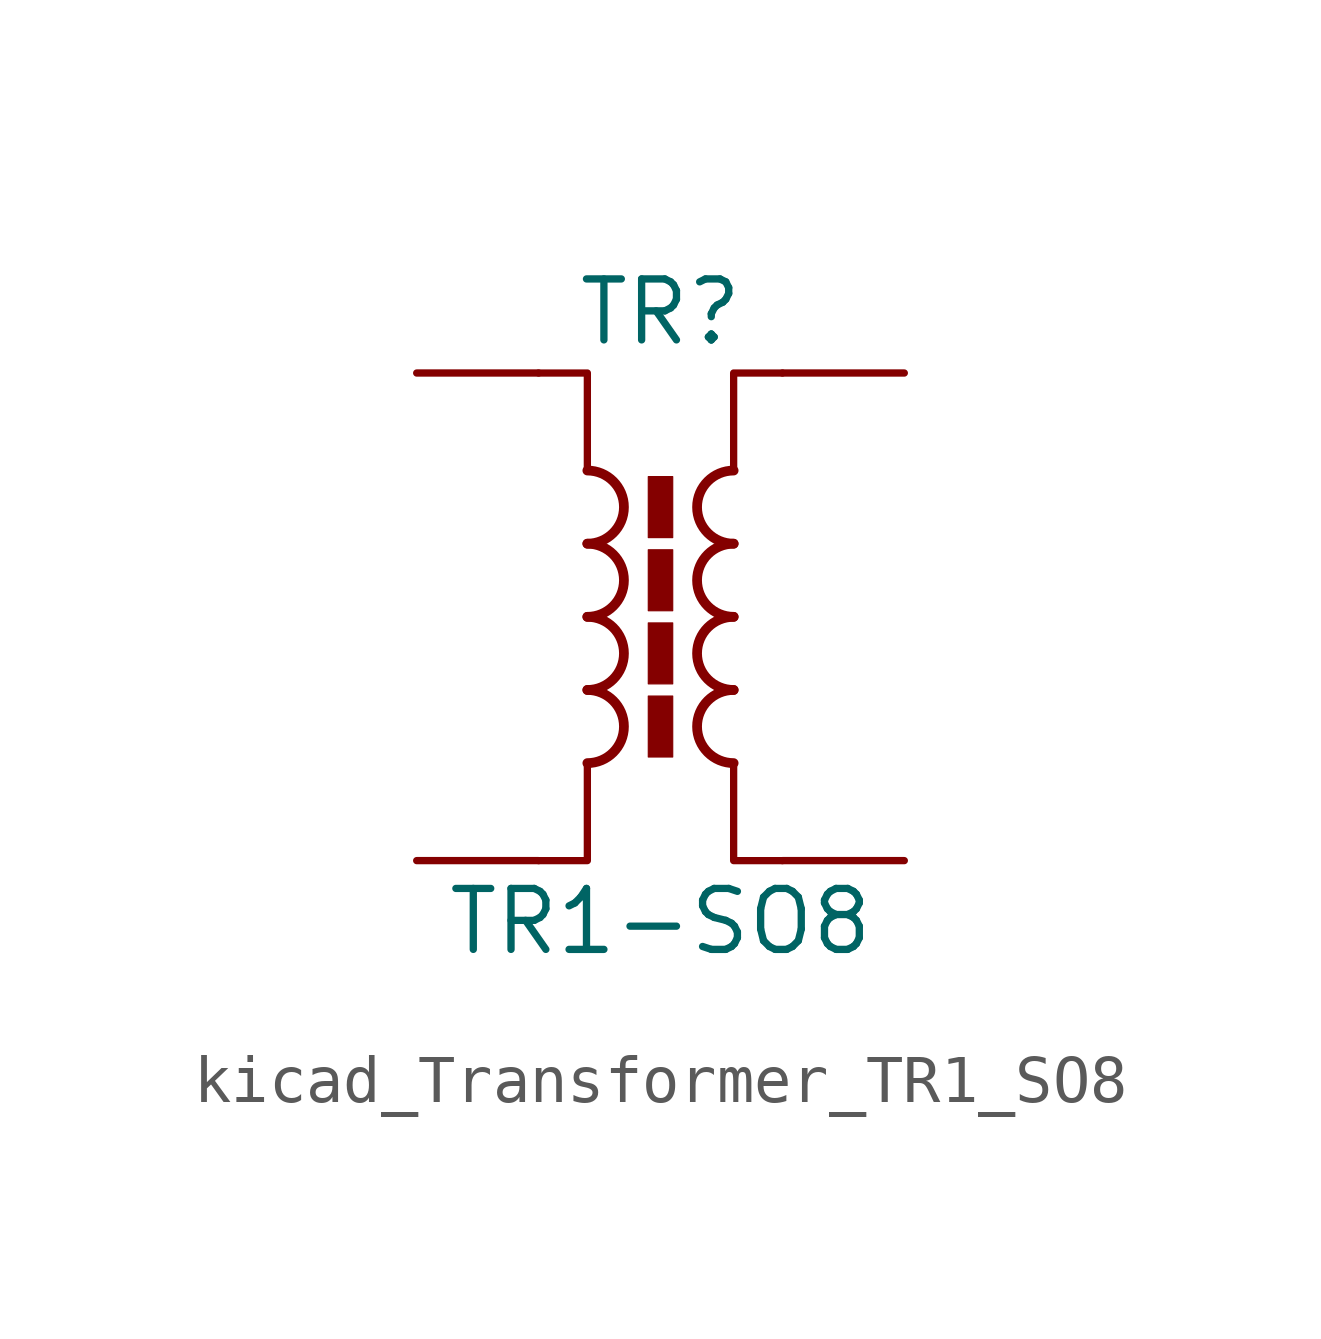
<source format=kicad_sym>
(kicad_symbol_lib
  (version 20220914)
  (generator kicad_symbol_editor)
  (symbol "kicad_Transformer_TR1_SO8"
    (pin_numbers hide)
    (pin_names
      (offset 0))
    (property "Reference" "TR"
      (at 0 6.35 0)
      (effects (font (size 1.27 1.27))))
    (property "Value" "TR1-SO8"
      (at 0 -6.35 0)
      (effects (font (size 1.27 1.27))))
    (symbol "kicad_Transformer_TR1_SO8_0_1"
      (arc (start -1.524 -3.048) (mid -0.7653 -2.286) (end -1.524 -1.524) (stroke (width 0.2032) (type default)) (fill (type none)))
      (arc (start -1.524 -1.524) (mid -0.7653 -0.762) (end -1.524 0) (stroke (width 0.2032) (type default)) (fill (type none)))
      (arc (start -1.524 0) (mid -0.7653 0.762) (end -1.524 1.524) (stroke (width 0.2032) (type default)) (fill (type none)))
      (arc (start -1.524 1.524) (mid -0.7653 2.286) (end -1.524 3.048) (stroke (width 0.2032) (type default)) (fill (type none)))
      (rectangle (start -0.254 -1.651) (end 0.254 -2.921) (stroke (width 0.025) (type default)) (fill (type outline)))
      (rectangle (start -0.254 -0.127) (end 0.254 -1.397) (stroke (width 0.025) (type default)) (fill (type outline)))
      (rectangle (start -0.254 1.397) (end 0.254 0.127) (stroke (width 0.025) (type default)) (fill (type outline)))
      (rectangle (start -0.254 2.921) (end 0.254 1.651) (stroke (width 0.025) (type default)) (fill (type outline)))
      (polyline (pts (xy -2.54 5.08) (xy -1.524 5.08) (xy -1.524 3.048) (xy -1.524 3.048)) (stroke (width 0.152) (type default)) (fill (type none)))
      (polyline (pts (xy -1.524 -3.048) (xy -1.524 -5.08) (xy -2.54 -5.08) (xy -2.54 -5.08)) (stroke (width 0.152) (type default)) (fill (type none)))
      (polyline (pts (xy 1.524 3.048) (xy 1.524 5.08) (xy 2.54 5.08) (xy 2.54 5.08)) (stroke (width 0.152) (type default)) (fill (type none)))
      (polyline (pts (xy 2.54 -5.08) (xy 1.524 -5.08) (xy 1.524 -3.048) (xy 1.524 -3.048)) (stroke (width 0.152) (type default)) (fill (type none)))
      (arc (start 1.524 -1.524) (mid 0.7653 -2.286) (end 1.524 -3.048) (stroke (width 0.2032) (type default)) (fill (type none)))
      (arc (start 1.524 0) (mid 0.7653 -0.762) (end 1.524 -1.524) (stroke (width 0.2032) (type default)) (fill (type none)))
      (arc (start 1.524 1.524) (mid 0.7653 0.762) (end 1.524 0) (stroke (width 0.2032) (type default)) (fill (type none)))
      (arc (start 1.524 3.048) (mid 0.7653 2.286) (end 1.524 1.524) (stroke (width 0.2032) (type default)) (fill (type none))))
    (symbol "kicad_Transformer_TR1_SO8_1_1"
      (pin passive line (at -5.08 5.08 0) (length 2.54) (name "~" (effects (font (size 1.27 1.27)))) (number "1" (effects (font (size 1.27 1.27)))))
      (pin passive line (at -5.08 -5.08 0) (length 2.54) (name "~" (effects (font (size 1.27 1.27)))) (number "4" (effects (font (size 1.27 1.27)))))
      (pin passive line (at 5.08 -5.08 180) (length 2.54) (name "~" (effects (font (size 1.27 1.27)))) (number "5" (effects (font (size 1.27 1.27)))))
      (pin passive line (at 5.08 5.08 180) (length 2.54) (name "~" (effects (font (size 1.27 1.27)))) (number "8" (effects (font (size 1.27 1.27))))))))
</source>
